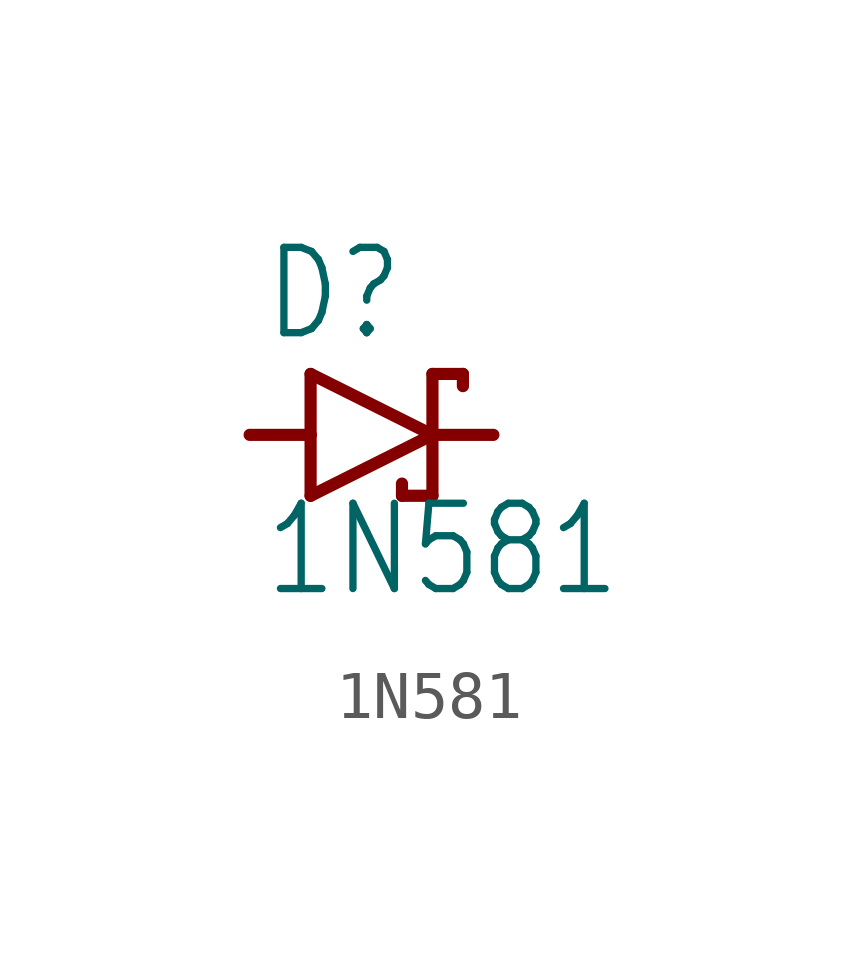
<source format=kicad_sym>
(kicad_symbol_lib
  (version 20211014)
  (generator kicad_symbol_editor)
  (symbol "1N581"
    (property "Reference" "D"
      (at -2.286 1.905 0)
      (effects (font (size 1.778 1.511)) (justify left bottom)))
    (property "Value" "1N581"
      (at -2.286 -3.429 0)
      (effects (font (size 1.778 1.511)) (justify left bottom)))
    (property "ki_locked" ""
      (at 0 0 0)
      (effects (font (size 1.27 1.27))))
    (symbol "1N581_1_0"
      (polyline (pts (xy -1.27 -1.27) (xy 1.27 0)) (stroke (width 0.254) (type default) (color 0 0 0 0)) (fill (type none)))
      (polyline (pts (xy -1.27 0) (xy -2.54 0)) (stroke (width 0.254) (type default) (color 0 0 0 0)) (fill (type none)))
      (polyline (pts (xy -1.27 0) (xy -1.27 -1.27)) (stroke (width 0.254) (type default) (color 0 0 0 0)) (fill (type none)))
      (polyline (pts (xy -1.27 1.27) (xy -1.27 0)) (stroke (width 0.254) (type default) (color 0 0 0 0)) (fill (type none)))
      (polyline (pts (xy 0.635 -1.016) (xy 0.635 -1.27)) (stroke (width 0.254) (type default) (color 0 0 0 0)) (fill (type none)))
      (polyline (pts (xy 1.27 -1.27) (xy 0.635 -1.27)) (stroke (width 0.254) (type default) (color 0 0 0 0)) (fill (type none)))
      (polyline (pts (xy 1.27 0) (xy -1.27 1.27)) (stroke (width 0.254) (type default) (color 0 0 0 0)) (fill (type none)))
      (polyline (pts (xy 1.27 0) (xy 1.27 -1.27)) (stroke (width 0.254) (type default) (color 0 0 0 0)) (fill (type none)))
      (polyline (pts (xy 1.27 0) (xy 2.54 0)) (stroke (width 0.254) (type default) (color 0 0 0 0)) (fill (type none)))
      (polyline (pts (xy 1.27 1.27) (xy 1.27 0)) (stroke (width 0.254) (type default) (color 0 0 0 0)) (fill (type none)))
      (polyline (pts (xy 1.905 1.27) (xy 1.27 1.27)) (stroke (width 0.254) (type default) (color 0 0 0 0)) (fill (type none)))
      (polyline (pts (xy 1.905 1.27) (xy 1.905 1.016)) (stroke (width 0.254) (type default) (color 0 0 0 0)) (fill (type none)))
      (pin passive line (at -2.54 0 0) (length 0) (name "A" (effects (font (size 0 0)))) (number "A" (effects (font (size 0 0)))))
      (pin passive line (at 2.54 0 180) (length 0) (name "C" (effects (font (size 0 0)))) (number "C" (effects (font (size 0 0))))))))
</source>
